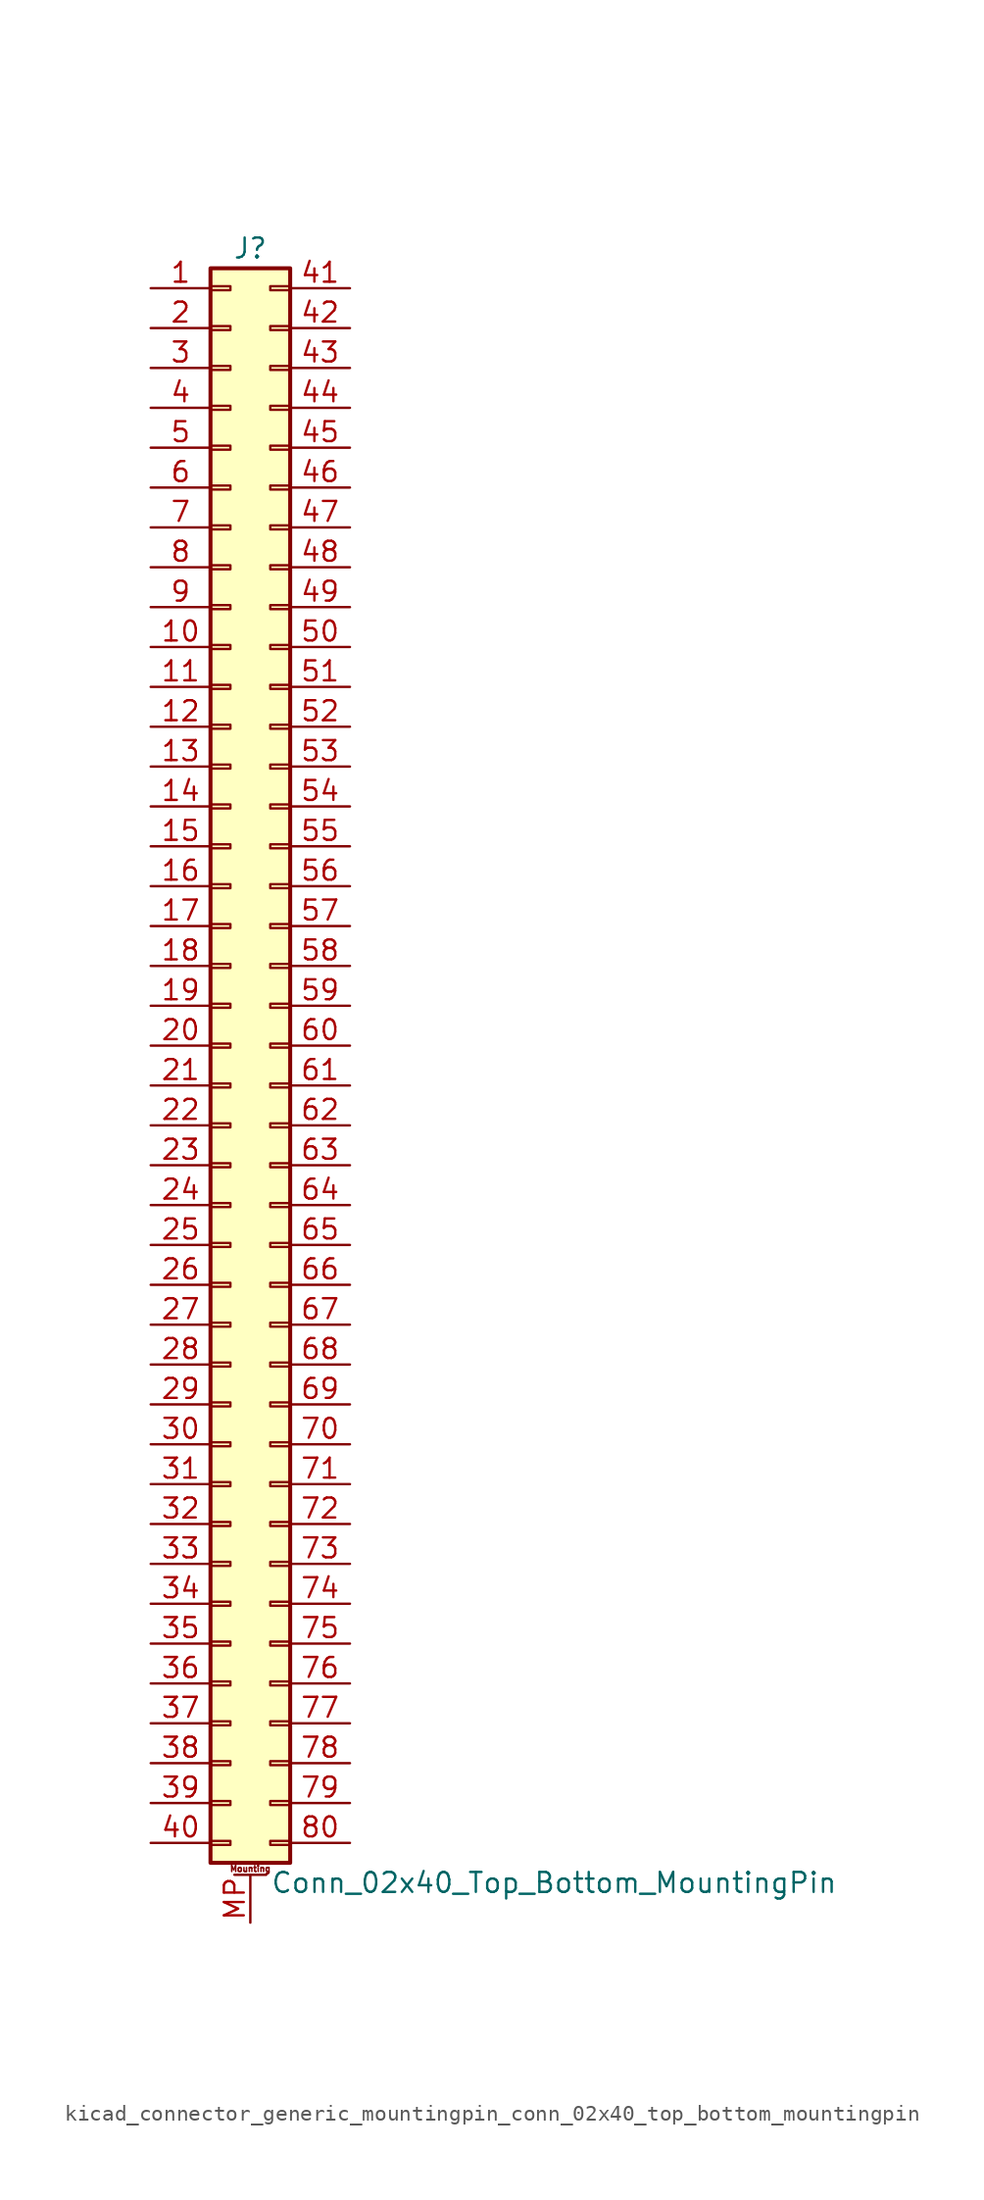
<source format=kicad_sym>
(kicad_symbol_lib
  (version 20220914)
  (generator kicad_symbol_editor)
  (symbol "kicad_connector_generic_mountingpin_conn_02x40_top_bottom_mountingpin"
    (pin_names
      (offset 1.016) hide)
    (property "Reference" "J"
      (at 1.27 50.8 0)
      (effects (font (size 1.27 1.27))))
    (property "Value" "Conn_02x40_Top_Bottom_MountingPin"
      (at 2.54 -53.34 0)
      (effects (font (size 1.27 1.27)) (justify left)))
    (symbol "kicad_connector_generic_mountingpin_conn_02x40_top_bottom_mountingpin_1_1"
      (rectangle (start -1.27 -50.673) (end 0 -50.927) (stroke (width 0.152) (type default)) (fill (type none)))
      (rectangle (start -1.27 -48.133) (end 0 -48.387) (stroke (width 0.152) (type default)) (fill (type none)))
      (rectangle (start -1.27 -45.593) (end 0 -45.847) (stroke (width 0.152) (type default)) (fill (type none)))
      (rectangle (start -1.27 -43.053) (end 0 -43.307) (stroke (width 0.152) (type default)) (fill (type none)))
      (rectangle (start -1.27 -40.513) (end 0 -40.767) (stroke (width 0.152) (type default)) (fill (type none)))
      (rectangle (start -1.27 -37.973) (end 0 -38.227) (stroke (width 0.152) (type default)) (fill (type none)))
      (rectangle (start -1.27 -35.433) (end 0 -35.687) (stroke (width 0.152) (type default)) (fill (type none)))
      (rectangle (start -1.27 -32.893) (end 0 -33.147) (stroke (width 0.152) (type default)) (fill (type none)))
      (rectangle (start -1.27 -30.353) (end 0 -30.607) (stroke (width 0.152) (type default)) (fill (type none)))
      (rectangle (start -1.27 -27.813) (end 0 -28.067) (stroke (width 0.152) (type default)) (fill (type none)))
      (rectangle (start -1.27 -25.273) (end 0 -25.527) (stroke (width 0.152) (type default)) (fill (type none)))
      (rectangle (start -1.27 -22.733) (end 0 -22.987) (stroke (width 0.152) (type default)) (fill (type none)))
      (rectangle (start -1.27 -20.193) (end 0 -20.447) (stroke (width 0.152) (type default)) (fill (type none)))
      (rectangle (start -1.27 -17.653) (end 0 -17.907) (stroke (width 0.152) (type default)) (fill (type none)))
      (rectangle (start -1.27 -15.113) (end 0 -15.367) (stroke (width 0.152) (type default)) (fill (type none)))
      (rectangle (start -1.27 -12.573) (end 0 -12.827) (stroke (width 0.152) (type default)) (fill (type none)))
      (rectangle (start -1.27 -10.033) (end 0 -10.287) (stroke (width 0.152) (type default)) (fill (type none)))
      (rectangle (start -1.27 -7.493) (end 0 -7.747) (stroke (width 0.152) (type default)) (fill (type none)))
      (rectangle (start -1.27 -4.953) (end 0 -5.207) (stroke (width 0.152) (type default)) (fill (type none)))
      (rectangle (start -1.27 -2.413) (end 0 -2.667) (stroke (width 0.152) (type default)) (fill (type none)))
      (rectangle (start -1.27 0.127) (end 0 -0.127) (stroke (width 0.152) (type default)) (fill (type none)))
      (rectangle (start -1.27 2.667) (end 0 2.413) (stroke (width 0.152) (type default)) (fill (type none)))
      (rectangle (start -1.27 5.207) (end 0 4.953) (stroke (width 0.152) (type default)) (fill (type none)))
      (rectangle (start -1.27 7.747) (end 0 7.493) (stroke (width 0.152) (type default)) (fill (type none)))
      (rectangle (start -1.27 10.287) (end 0 10.033) (stroke (width 0.152) (type default)) (fill (type none)))
      (rectangle (start -1.27 12.827) (end 0 12.573) (stroke (width 0.152) (type default)) (fill (type none)))
      (rectangle (start -1.27 15.367) (end 0 15.113) (stroke (width 0.152) (type default)) (fill (type none)))
      (rectangle (start -1.27 17.907) (end 0 17.653) (stroke (width 0.152) (type default)) (fill (type none)))
      (rectangle (start -1.27 20.447) (end 0 20.193) (stroke (width 0.152) (type default)) (fill (type none)))
      (rectangle (start -1.27 22.987) (end 0 22.733) (stroke (width 0.152) (type default)) (fill (type none)))
      (rectangle (start -1.27 25.527) (end 0 25.273) (stroke (width 0.152) (type default)) (fill (type none)))
      (rectangle (start -1.27 28.067) (end 0 27.813) (stroke (width 0.152) (type default)) (fill (type none)))
      (rectangle (start -1.27 30.607) (end 0 30.353) (stroke (width 0.152) (type default)) (fill (type none)))
      (rectangle (start -1.27 33.147) (end 0 32.893) (stroke (width 0.152) (type default)) (fill (type none)))
      (rectangle (start -1.27 35.687) (end 0 35.433) (stroke (width 0.152) (type default)) (fill (type none)))
      (rectangle (start -1.27 38.227) (end 0 37.973) (stroke (width 0.152) (type default)) (fill (type none)))
      (rectangle (start -1.27 40.767) (end 0 40.513) (stroke (width 0.152) (type default)) (fill (type none)))
      (rectangle (start -1.27 43.307) (end 0 43.053) (stroke (width 0.152) (type default)) (fill (type none)))
      (rectangle (start -1.27 45.847) (end 0 45.593) (stroke (width 0.152) (type default)) (fill (type none)))
      (rectangle (start -1.27 48.387) (end 0 48.133) (stroke (width 0.152) (type default)) (fill (type none)))
      (rectangle (start -1.27 49.53) (end 3.81 -52.07) (stroke (width 0.254) (type default)) (fill (type background)))
      (polyline (pts (xy 0.254 -52.832) (xy 2.286 -52.832)) (stroke (width 0.152) (type default)) (fill (type none)))
      (rectangle (start 3.81 -50.673) (end 2.54 -50.927) (stroke (width 0.152) (type default)) (fill (type none)))
      (rectangle (start 3.81 -48.133) (end 2.54 -48.387) (stroke (width 0.152) (type default)) (fill (type none)))
      (rectangle (start 3.81 -45.593) (end 2.54 -45.847) (stroke (width 0.152) (type default)) (fill (type none)))
      (rectangle (start 3.81 -43.053) (end 2.54 -43.307) (stroke (width 0.152) (type default)) (fill (type none)))
      (rectangle (start 3.81 -40.513) (end 2.54 -40.767) (stroke (width 0.152) (type default)) (fill (type none)))
      (rectangle (start 3.81 -37.973) (end 2.54 -38.227) (stroke (width 0.152) (type default)) (fill (type none)))
      (rectangle (start 3.81 -35.433) (end 2.54 -35.687) (stroke (width 0.152) (type default)) (fill (type none)))
      (rectangle (start 3.81 -32.893) (end 2.54 -33.147) (stroke (width 0.152) (type default)) (fill (type none)))
      (rectangle (start 3.81 -30.353) (end 2.54 -30.607) (stroke (width 0.152) (type default)) (fill (type none)))
      (rectangle (start 3.81 -27.813) (end 2.54 -28.067) (stroke (width 0.152) (type default)) (fill (type none)))
      (rectangle (start 3.81 -25.273) (end 2.54 -25.527) (stroke (width 0.152) (type default)) (fill (type none)))
      (rectangle (start 3.81 -22.733) (end 2.54 -22.987) (stroke (width 0.152) (type default)) (fill (type none)))
      (rectangle (start 3.81 -20.193) (end 2.54 -20.447) (stroke (width 0.152) (type default)) (fill (type none)))
      (rectangle (start 3.81 -17.653) (end 2.54 -17.907) (stroke (width 0.152) (type default)) (fill (type none)))
      (rectangle (start 3.81 -15.113) (end 2.54 -15.367) (stroke (width 0.152) (type default)) (fill (type none)))
      (rectangle (start 3.81 -12.573) (end 2.54 -12.827) (stroke (width 0.152) (type default)) (fill (type none)))
      (rectangle (start 3.81 -10.033) (end 2.54 -10.287) (stroke (width 0.152) (type default)) (fill (type none)))
      (rectangle (start 3.81 -7.493) (end 2.54 -7.747) (stroke (width 0.152) (type default)) (fill (type none)))
      (rectangle (start 3.81 -4.953) (end 2.54 -5.207) (stroke (width 0.152) (type default)) (fill (type none)))
      (rectangle (start 3.81 -2.413) (end 2.54 -2.667) (stroke (width 0.152) (type default)) (fill (type none)))
      (rectangle (start 3.81 0.127) (end 2.54 -0.127) (stroke (width 0.152) (type default)) (fill (type none)))
      (rectangle (start 3.81 2.667) (end 2.54 2.413) (stroke (width 0.152) (type default)) (fill (type none)))
      (rectangle (start 3.81 5.207) (end 2.54 4.953) (stroke (width 0.152) (type default)) (fill (type none)))
      (rectangle (start 3.81 7.747) (end 2.54 7.493) (stroke (width 0.152) (type default)) (fill (type none)))
      (rectangle (start 3.81 10.287) (end 2.54 10.033) (stroke (width 0.152) (type default)) (fill (type none)))
      (rectangle (start 3.81 12.827) (end 2.54 12.573) (stroke (width 0.152) (type default)) (fill (type none)))
      (rectangle (start 3.81 15.367) (end 2.54 15.113) (stroke (width 0.152) (type default)) (fill (type none)))
      (rectangle (start 3.81 17.907) (end 2.54 17.653) (stroke (width 0.152) (type default)) (fill (type none)))
      (rectangle (start 3.81 20.447) (end 2.54 20.193) (stroke (width 0.152) (type default)) (fill (type none)))
      (rectangle (start 3.81 22.987) (end 2.54 22.733) (stroke (width 0.152) (type default)) (fill (type none)))
      (rectangle (start 3.81 25.527) (end 2.54 25.273) (stroke (width 0.152) (type default)) (fill (type none)))
      (rectangle (start 3.81 28.067) (end 2.54 27.813) (stroke (width 0.152) (type default)) (fill (type none)))
      (rectangle (start 3.81 30.607) (end 2.54 30.353) (stroke (width 0.152) (type default)) (fill (type none)))
      (rectangle (start 3.81 33.147) (end 2.54 32.893) (stroke (width 0.152) (type default)) (fill (type none)))
      (rectangle (start 3.81 35.687) (end 2.54 35.433) (stroke (width 0.152) (type default)) (fill (type none)))
      (rectangle (start 3.81 38.227) (end 2.54 37.973) (stroke (width 0.152) (type default)) (fill (type none)))
      (rectangle (start 3.81 40.767) (end 2.54 40.513) (stroke (width 0.152) (type default)) (fill (type none)))
      (rectangle (start 3.81 43.307) (end 2.54 43.053) (stroke (width 0.152) (type default)) (fill (type none)))
      (rectangle (start 3.81 45.847) (end 2.54 45.593) (stroke (width 0.152) (type default)) (fill (type none)))
      (rectangle (start 3.81 48.387) (end 2.54 48.133) (stroke (width 0.152) (type default)) (fill (type none)))
      (text "Mounting" (at 1.27 -52.451 0) (effects (font (size 0.381 0.381))))
      (pin passive line (at -5.08 48.26 0) (length 3.81) (name "Pin_1" (effects (font (size 1.27 1.27)))) (number "1" (effects (font (size 1.27 1.27)))))
      (pin passive line (at -5.08 25.4 0) (length 3.81) (name "Pin_10" (effects (font (size 1.27 1.27)))) (number "10" (effects (font (size 1.27 1.27)))))
      (pin passive line (at -5.08 22.86 0) (length 3.81) (name "Pin_11" (effects (font (size 1.27 1.27)))) (number "11" (effects (font (size 1.27 1.27)))))
      (pin passive line (at -5.08 20.32 0) (length 3.81) (name "Pin_12" (effects (font (size 1.27 1.27)))) (number "12" (effects (font (size 1.27 1.27)))))
      (pin passive line (at -5.08 17.78 0) (length 3.81) (name "Pin_13" (effects (font (size 1.27 1.27)))) (number "13" (effects (font (size 1.27 1.27)))))
      (pin passive line (at -5.08 15.24 0) (length 3.81) (name "Pin_14" (effects (font (size 1.27 1.27)))) (number "14" (effects (font (size 1.27 1.27)))))
      (pin passive line (at -5.08 12.7 0) (length 3.81) (name "Pin_15" (effects (font (size 1.27 1.27)))) (number "15" (effects (font (size 1.27 1.27)))))
      (pin passive line (at -5.08 10.16 0) (length 3.81) (name "Pin_16" (effects (font (size 1.27 1.27)))) (number "16" (effects (font (size 1.27 1.27)))))
      (pin passive line (at -5.08 7.62 0) (length 3.81) (name "Pin_17" (effects (font (size 1.27 1.27)))) (number "17" (effects (font (size 1.27 1.27)))))
      (pin passive line (at -5.08 5.08 0) (length 3.81) (name "Pin_18" (effects (font (size 1.27 1.27)))) (number "18" (effects (font (size 1.27 1.27)))))
      (pin passive line (at -5.08 2.54 0) (length 3.81) (name "Pin_19" (effects (font (size 1.27 1.27)))) (number "19" (effects (font (size 1.27 1.27)))))
      (pin passive line (at -5.08 45.72 0) (length 3.81) (name "Pin_2" (effects (font (size 1.27 1.27)))) (number "2" (effects (font (size 1.27 1.27)))))
      (pin passive line (at -5.08 0 0) (length 3.81) (name "Pin_20" (effects (font (size 1.27 1.27)))) (number "20" (effects (font (size 1.27 1.27)))))
      (pin passive line (at -5.08 -2.54 0) (length 3.81) (name "Pin_21" (effects (font (size 1.27 1.27)))) (number "21" (effects (font (size 1.27 1.27)))))
      (pin passive line (at -5.08 -5.08 0) (length 3.81) (name "Pin_22" (effects (font (size 1.27 1.27)))) (number "22" (effects (font (size 1.27 1.27)))))
      (pin passive line (at -5.08 -7.62 0) (length 3.81) (name "Pin_23" (effects (font (size 1.27 1.27)))) (number "23" (effects (font (size 1.27 1.27)))))
      (pin passive line (at -5.08 -10.16 0) (length 3.81) (name "Pin_24" (effects (font (size 1.27 1.27)))) (number "24" (effects (font (size 1.27 1.27)))))
      (pin passive line (at -5.08 -12.7 0) (length 3.81) (name "Pin_25" (effects (font (size 1.27 1.27)))) (number "25" (effects (font (size 1.27 1.27)))))
      (pin passive line (at -5.08 -15.24 0) (length 3.81) (name "Pin_26" (effects (font (size 1.27 1.27)))) (number "26" (effects (font (size 1.27 1.27)))))
      (pin passive line (at -5.08 -17.78 0) (length 3.81) (name "Pin_27" (effects (font (size 1.27 1.27)))) (number "27" (effects (font (size 1.27 1.27)))))
      (pin passive line (at -5.08 -20.32 0) (length 3.81) (name "Pin_28" (effects (font (size 1.27 1.27)))) (number "28" (effects (font (size 1.27 1.27)))))
      (pin passive line (at -5.08 -22.86 0) (length 3.81) (name "Pin_29" (effects (font (size 1.27 1.27)))) (number "29" (effects (font (size 1.27 1.27)))))
      (pin passive line (at -5.08 43.18 0) (length 3.81) (name "Pin_3" (effects (font (size 1.27 1.27)))) (number "3" (effects (font (size 1.27 1.27)))))
      (pin passive line (at -5.08 -25.4 0) (length 3.81) (name "Pin_30" (effects (font (size 1.27 1.27)))) (number "30" (effects (font (size 1.27 1.27)))))
      (pin passive line (at -5.08 -27.94 0) (length 3.81) (name "Pin_31" (effects (font (size 1.27 1.27)))) (number "31" (effects (font (size 1.27 1.27)))))
      (pin passive line (at -5.08 -30.48 0) (length 3.81) (name "Pin_32" (effects (font (size 1.27 1.27)))) (number "32" (effects (font (size 1.27 1.27)))))
      (pin passive line (at -5.08 -33.02 0) (length 3.81) (name "Pin_33" (effects (font (size 1.27 1.27)))) (number "33" (effects (font (size 1.27 1.27)))))
      (pin passive line (at -5.08 -35.56 0) (length 3.81) (name "Pin_34" (effects (font (size 1.27 1.27)))) (number "34" (effects (font (size 1.27 1.27)))))
      (pin passive line (at -5.08 -38.1 0) (length 3.81) (name "Pin_35" (effects (font (size 1.27 1.27)))) (number "35" (effects (font (size 1.27 1.27)))))
      (pin passive line (at -5.08 -40.64 0) (length 3.81) (name "Pin_36" (effects (font (size 1.27 1.27)))) (number "36" (effects (font (size 1.27 1.27)))))
      (pin passive line (at -5.08 -43.18 0) (length 3.81) (name "Pin_37" (effects (font (size 1.27 1.27)))) (number "37" (effects (font (size 1.27 1.27)))))
      (pin passive line (at -5.08 -45.72 0) (length 3.81) (name "Pin_38" (effects (font (size 1.27 1.27)))) (number "38" (effects (font (size 1.27 1.27)))))
      (pin passive line (at -5.08 -48.26 0) (length 3.81) (name "Pin_39" (effects (font (size 1.27 1.27)))) (number "39" (effects (font (size 1.27 1.27)))))
      (pin passive line (at -5.08 40.64 0) (length 3.81) (name "Pin_4" (effects (font (size 1.27 1.27)))) (number "4" (effects (font (size 1.27 1.27)))))
      (pin passive line (at -5.08 -50.8 0) (length 3.81) (name "Pin_40" (effects (font (size 1.27 1.27)))) (number "40" (effects (font (size 1.27 1.27)))))
      (pin passive line (at 7.62 48.26 180) (length 3.81) (name "Pin_41" (effects (font (size 1.27 1.27)))) (number "41" (effects (font (size 1.27 1.27)))))
      (pin passive line (at 7.62 45.72 180) (length 3.81) (name "Pin_42" (effects (font (size 1.27 1.27)))) (number "42" (effects (font (size 1.27 1.27)))))
      (pin passive line (at 7.62 43.18 180) (length 3.81) (name "Pin_43" (effects (font (size 1.27 1.27)))) (number "43" (effects (font (size 1.27 1.27)))))
      (pin passive line (at 7.62 40.64 180) (length 3.81) (name "Pin_44" (effects (font (size 1.27 1.27)))) (number "44" (effects (font (size 1.27 1.27)))))
      (pin passive line (at 7.62 38.1 180) (length 3.81) (name "Pin_45" (effects (font (size 1.27 1.27)))) (number "45" (effects (font (size 1.27 1.27)))))
      (pin passive line (at 7.62 35.56 180) (length 3.81) (name "Pin_46" (effects (font (size 1.27 1.27)))) (number "46" (effects (font (size 1.27 1.27)))))
      (pin passive line (at 7.62 33.02 180) (length 3.81) (name "Pin_47" (effects (font (size 1.27 1.27)))) (number "47" (effects (font (size 1.27 1.27)))))
      (pin passive line (at 7.62 30.48 180) (length 3.81) (name "Pin_48" (effects (font (size 1.27 1.27)))) (number "48" (effects (font (size 1.27 1.27)))))
      (pin passive line (at 7.62 27.94 180) (length 3.81) (name "Pin_49" (effects (font (size 1.27 1.27)))) (number "49" (effects (font (size 1.27 1.27)))))
      (pin passive line (at -5.08 38.1 0) (length 3.81) (name "Pin_5" (effects (font (size 1.27 1.27)))) (number "5" (effects (font (size 1.27 1.27)))))
      (pin passive line (at 7.62 25.4 180) (length 3.81) (name "Pin_50" (effects (font (size 1.27 1.27)))) (number "50" (effects (font (size 1.27 1.27)))))
      (pin passive line (at 7.62 22.86 180) (length 3.81) (name "Pin_51" (effects (font (size 1.27 1.27)))) (number "51" (effects (font (size 1.27 1.27)))))
      (pin passive line (at 7.62 20.32 180) (length 3.81) (name "Pin_52" (effects (font (size 1.27 1.27)))) (number "52" (effects (font (size 1.27 1.27)))))
      (pin passive line (at 7.62 17.78 180) (length 3.81) (name "Pin_53" (effects (font (size 1.27 1.27)))) (number "53" (effects (font (size 1.27 1.27)))))
      (pin passive line (at 7.62 15.24 180) (length 3.81) (name "Pin_54" (effects (font (size 1.27 1.27)))) (number "54" (effects (font (size 1.27 1.27)))))
      (pin passive line (at 7.62 12.7 180) (length 3.81) (name "Pin_55" (effects (font (size 1.27 1.27)))) (number "55" (effects (font (size 1.27 1.27)))))
      (pin passive line (at 7.62 10.16 180) (length 3.81) (name "Pin_56" (effects (font (size 1.27 1.27)))) (number "56" (effects (font (size 1.27 1.27)))))
      (pin passive line (at 7.62 7.62 180) (length 3.81) (name "Pin_57" (effects (font (size 1.27 1.27)))) (number "57" (effects (font (size 1.27 1.27)))))
      (pin passive line (at 7.62 5.08 180) (length 3.81) (name "Pin_58" (effects (font (size 1.27 1.27)))) (number "58" (effects (font (size 1.27 1.27)))))
      (pin passive line (at 7.62 2.54 180) (length 3.81) (name "Pin_59" (effects (font (size 1.27 1.27)))) (number "59" (effects (font (size 1.27 1.27)))))
      (pin passive line (at -5.08 35.56 0) (length 3.81) (name "Pin_6" (effects (font (size 1.27 1.27)))) (number "6" (effects (font (size 1.27 1.27)))))
      (pin passive line (at 7.62 0 180) (length 3.81) (name "Pin_60" (effects (font (size 1.27 1.27)))) (number "60" (effects (font (size 1.27 1.27)))))
      (pin passive line (at 7.62 -2.54 180) (length 3.81) (name "Pin_61" (effects (font (size 1.27 1.27)))) (number "61" (effects (font (size 1.27 1.27)))))
      (pin passive line (at 7.62 -5.08 180) (length 3.81) (name "Pin_62" (effects (font (size 1.27 1.27)))) (number "62" (effects (font (size 1.27 1.27)))))
      (pin passive line (at 7.62 -7.62 180) (length 3.81) (name "Pin_63" (effects (font (size 1.27 1.27)))) (number "63" (effects (font (size 1.27 1.27)))))
      (pin passive line (at 7.62 -10.16 180) (length 3.81) (name "Pin_64" (effects (font (size 1.27 1.27)))) (number "64" (effects (font (size 1.27 1.27)))))
      (pin passive line (at 7.62 -12.7 180) (length 3.81) (name "Pin_65" (effects (font (size 1.27 1.27)))) (number "65" (effects (font (size 1.27 1.27)))))
      (pin passive line (at 7.62 -15.24 180) (length 3.81) (name "Pin_66" (effects (font (size 1.27 1.27)))) (number "66" (effects (font (size 1.27 1.27)))))
      (pin passive line (at 7.62 -17.78 180) (length 3.81) (name "Pin_67" (effects (font (size 1.27 1.27)))) (number "67" (effects (font (size 1.27 1.27)))))
      (pin passive line (at 7.62 -20.32 180) (length 3.81) (name "Pin_68" (effects (font (size 1.27 1.27)))) (number "68" (effects (font (size 1.27 1.27)))))
      (pin passive line (at 7.62 -22.86 180) (length 3.81) (name "Pin_69" (effects (font (size 1.27 1.27)))) (number "69" (effects (font (size 1.27 1.27)))))
      (pin passive line (at -5.08 33.02 0) (length 3.81) (name "Pin_7" (effects (font (size 1.27 1.27)))) (number "7" (effects (font (size 1.27 1.27)))))
      (pin passive line (at 7.62 -25.4 180) (length 3.81) (name "Pin_70" (effects (font (size 1.27 1.27)))) (number "70" (effects (font (size 1.27 1.27)))))
      (pin passive line (at 7.62 -27.94 180) (length 3.81) (name "Pin_71" (effects (font (size 1.27 1.27)))) (number "71" (effects (font (size 1.27 1.27)))))
      (pin passive line (at 7.62 -30.48 180) (length 3.81) (name "Pin_72" (effects (font (size 1.27 1.27)))) (number "72" (effects (font (size 1.27 1.27)))))
      (pin passive line (at 7.62 -33.02 180) (length 3.81) (name "Pin_73" (effects (font (size 1.27 1.27)))) (number "73" (effects (font (size 1.27 1.27)))))
      (pin passive line (at 7.62 -35.56 180) (length 3.81) (name "Pin_74" (effects (font (size 1.27 1.27)))) (number "74" (effects (font (size 1.27 1.27)))))
      (pin passive line (at 7.62 -38.1 180) (length 3.81) (name "Pin_75" (effects (font (size 1.27 1.27)))) (number "75" (effects (font (size 1.27 1.27)))))
      (pin passive line (at 7.62 -40.64 180) (length 3.81) (name "Pin_76" (effects (font (size 1.27 1.27)))) (number "76" (effects (font (size 1.27 1.27)))))
      (pin passive line (at 7.62 -43.18 180) (length 3.81) (name "Pin_77" (effects (font (size 1.27 1.27)))) (number "77" (effects (font (size 1.27 1.27)))))
      (pin passive line (at 7.62 -45.72 180) (length 3.81) (name "Pin_78" (effects (font (size 1.27 1.27)))) (number "78" (effects (font (size 1.27 1.27)))))
      (pin passive line (at 7.62 -48.26 180) (length 3.81) (name "Pin_79" (effects (font (size 1.27 1.27)))) (number "79" (effects (font (size 1.27 1.27)))))
      (pin passive line (at -5.08 30.48 0) (length 3.81) (name "Pin_8" (effects (font (size 1.27 1.27)))) (number "8" (effects (font (size 1.27 1.27)))))
      (pin passive line (at 7.62 -50.8 180) (length 3.81) (name "Pin_80" (effects (font (size 1.27 1.27)))) (number "80" (effects (font (size 1.27 1.27)))))
      (pin passive line (at -5.08 27.94 0) (length 3.81) (name "Pin_9" (effects (font (size 1.27 1.27)))) (number "9" (effects (font (size 1.27 1.27)))))
      (pin passive line (at 1.27 -55.88 90) (length 3.048) (name "MountPin" (effects (font (size 1.27 1.27)))) (number "MP" (effects (font (size 1.27 1.27))))))))
</source>
